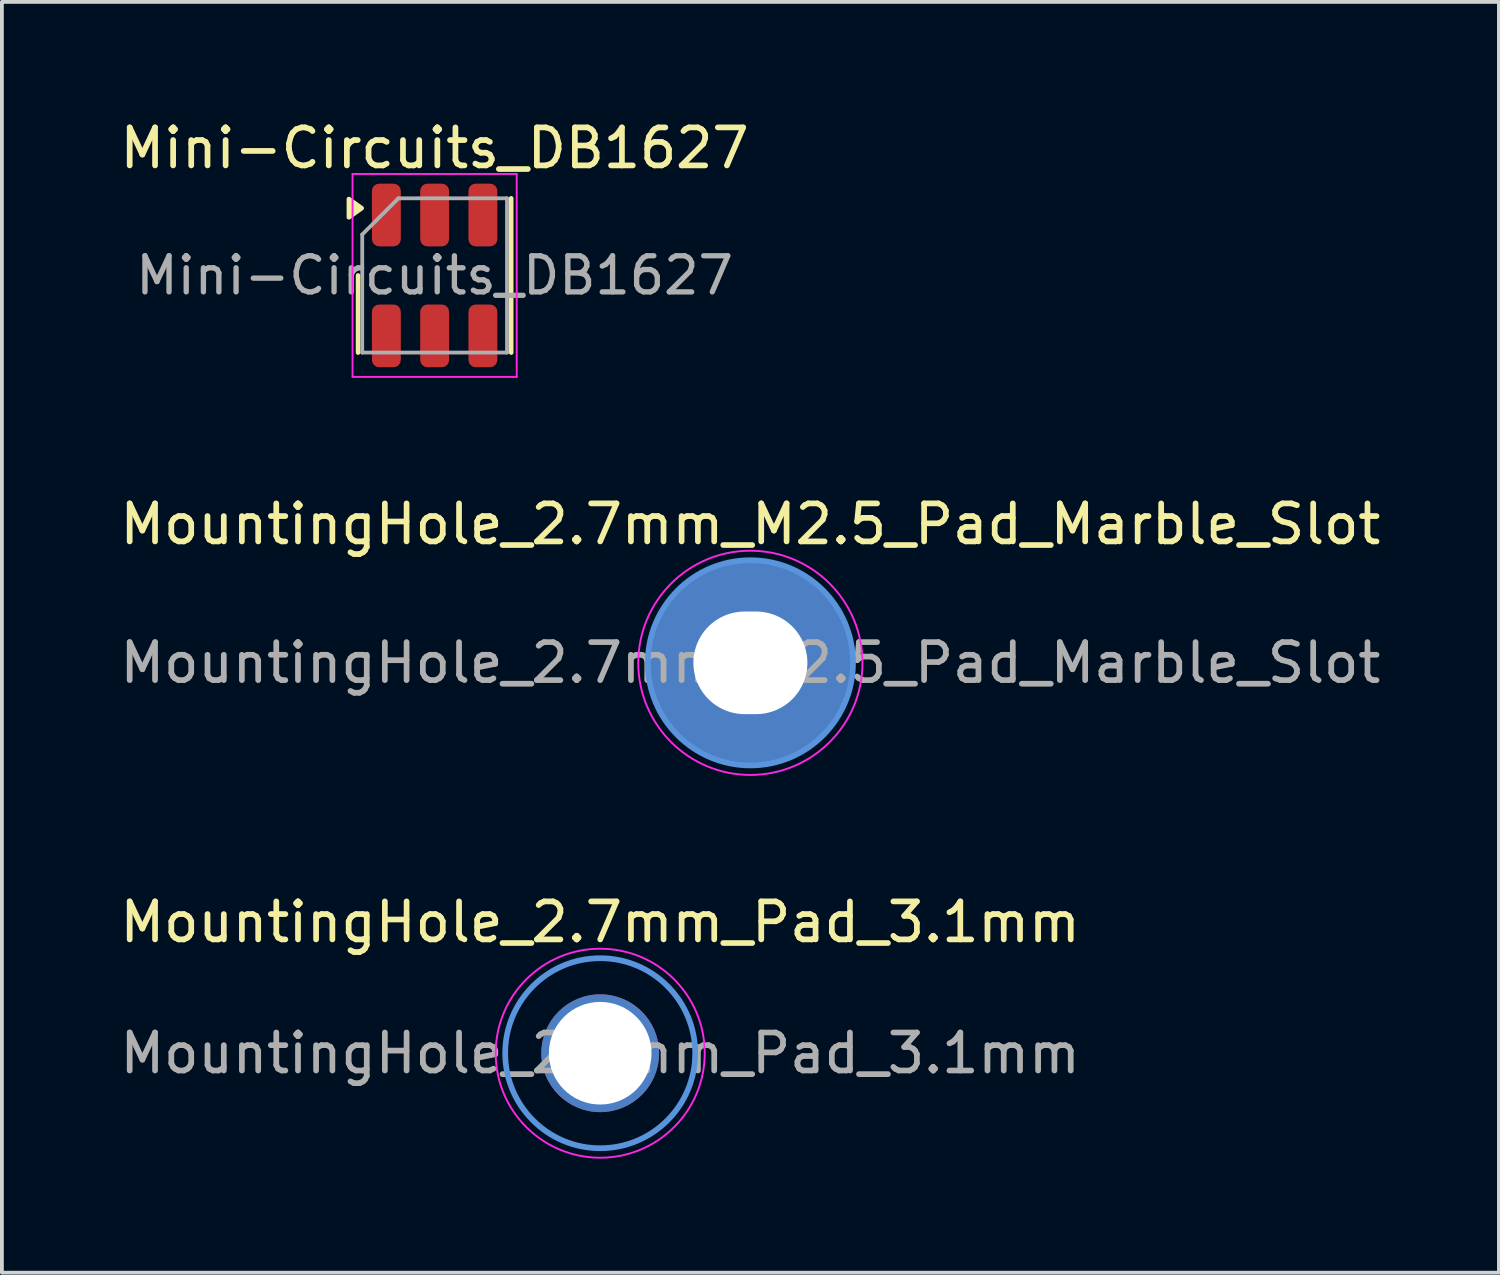
<source format=kicad_pcb>
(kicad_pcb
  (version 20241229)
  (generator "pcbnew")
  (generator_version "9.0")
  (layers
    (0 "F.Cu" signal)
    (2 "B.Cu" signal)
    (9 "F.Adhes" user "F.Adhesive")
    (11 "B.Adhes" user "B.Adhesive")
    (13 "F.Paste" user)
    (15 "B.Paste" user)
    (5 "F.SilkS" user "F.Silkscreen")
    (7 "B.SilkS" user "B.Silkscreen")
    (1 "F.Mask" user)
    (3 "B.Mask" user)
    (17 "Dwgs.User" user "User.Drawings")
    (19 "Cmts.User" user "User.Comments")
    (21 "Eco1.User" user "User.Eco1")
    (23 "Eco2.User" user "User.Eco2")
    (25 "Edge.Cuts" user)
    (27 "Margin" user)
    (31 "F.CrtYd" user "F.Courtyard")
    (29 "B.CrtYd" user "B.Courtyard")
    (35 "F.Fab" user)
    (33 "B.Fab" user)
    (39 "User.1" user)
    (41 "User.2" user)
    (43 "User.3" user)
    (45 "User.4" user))
  (footprint "MountingHole_2.7mm_Pad_3.1mm"
    (layer "F.Cu")
    (at 12.744 24.665)
    (property "Reference" "MountingHole_2.7mm_Pad_3.1mm" (at 0 -3.45 0) (layer "F.SilkS") (effects (font (size 1 1) (thickness 0.15))))
    (attr exclude_from_pos_files exclude_from_bom)
    (fp_circle (center 0 0) (end 2.5 0) (stroke (width 0.15) (type solid)) (fill no) (layer "Cmts.User"))
    (fp_circle (center 0 0) (end 2.75 0) (stroke (width 0.05) (type solid)) (fill no) (layer "F.CrtYd"))
    (fp_text user "${REFERENCE}" (at 0 0 0) (layer "F.Fab") (effects (font (size 1 1) (thickness 0.15))))
    (pad "1" thru_hole circle (at 0 0) (size 3.1 3.1) (drill 2.7) (layers "*.Cu" "*.Mask")))
  (footprint "Mini-Circuits_DB1627"
    (layer "F.Cu")
    (at 8.387 4.198)
    (property "Reference" "Mini-Circuits_DB1627" (at 0 -3.35 0) (layer "F.SilkS") (effects (font (size 1 1) (thickness 0.15))))
    (attr smd)
    (fp_line (start -2.015 0) (end -2.015 2.03) (stroke (width 0.12) (type solid)) (layer "F.SilkS"))
    (fp_line (start 2.015 -2.03) (end 2.015 2.03) (stroke (width 0.12) (type solid)) (layer "F.SilkS"))
    (fp_poly (pts (xy -1.92 -1.77) (xy -2.256 -1.53) (xy -2.256 -2.01) (xy -1.92 -1.77)) (stroke (width 0.12) (type solid)) (fill yes) (layer "F.SilkS"))
    (fp_line (start -2.16 -2.67) (end -2.16 2.67) (stroke (width 0.05) (type solid)) (layer "F.CrtYd"))
    (fp_line (start -2.16 2.67) (end 2.16 2.67) (stroke (width 0.05) (type solid)) (layer "F.CrtYd"))
    (fp_line (start 2.16 -2.67) (end -2.16 -2.67) (stroke (width 0.05) (type solid)) (layer "F.CrtYd"))
    (fp_line (start 2.16 2.67) (end 2.16 -2.67) (stroke (width 0.05) (type solid)) (layer "F.CrtYd"))
    (fp_line (start -1.905 -1.077) (end -0.953 -2.03) (stroke (width 0.1) (type solid)) (layer "F.Fab"))
    (fp_line (start -1.905 2.03) (end -1.905 -1.077) (stroke (width 0.1) (type solid)) (layer "F.Fab"))
    (fp_line (start -0.953 -2.03) (end 1.905 -2.03) (stroke (width 0.1) (type solid)) (layer "F.Fab"))
    (fp_line (start 1.905 -2.03) (end 1.905 2.03) (stroke (width 0.1) (type solid)) (layer "F.Fab"))
    (fp_line (start 1.905 2.03) (end -1.905 2.03) (stroke (width 0.1) (type solid)) (layer "F.Fab"))
    (fp_text user "${REFERENCE}" (at 0 0 0) (layer "F.Fab") (effects (font (size 0.95 0.95) (thickness 0.14))))
    (pad "1" smd roundrect (at -1.27 -1.59) (size 0.76 1.65) (layers "F.Cu" "F.Mask" "F.Paste") (roundrect_rratio 0.25))
    (pad "2" smd roundrect (at 0 -1.59) (size 0.76 1.65) (layers "F.Cu" "F.Mask" "F.Paste") (roundrect_rratio 0.25))
    (pad "3" smd roundrect (at 1.27 -1.59) (size 0.76 1.65) (layers "F.Cu" "F.Mask" "F.Paste") (roundrect_rratio 0.25))
    (pad "4" smd roundrect (at 1.27 1.59) (size 0.76 1.65) (layers "F.Cu" "F.Mask" "F.Paste") (roundrect_rratio 0.25))
    (pad "5" smd roundrect (at 0 1.59) (size 0.76 1.65) (layers "F.Cu" "F.Mask" "F.Paste") (roundrect_rratio 0.25))
    (pad "6" smd roundrect (at -1.27 1.59) (size 0.76 1.65) (layers "F.Cu" "F.Mask" "F.Paste") (roundrect_rratio 0.25)))
  (footprint "MountingHole_2.7mm_M2.5_Pad_Marble_Slot"
    (layer "F.Cu")
    (at 16.696 14.392)
    (property "Reference" "MountingHole_2.7mm_M2.5_Pad_Marble_Slot" (at 0 -3.65 0) (layer "F.SilkS") (effects (font (size 1 1) (thickness 0.15))))
    (attr exclude_from_pos_files exclude_from_bom)
    (fp_circle (center 0 0) (end 2.7 0) (stroke (width 0.15) (type solid)) (fill no) (layer "Cmts.User"))
    (fp_circle (center 0 0) (end 2.95 0) (stroke (width 0.05) (type solid)) (fill no) (layer "F.CrtYd"))
    (fp_text user "${REFERENCE}" (at 0 0 0) (layer "F.Fab") (effects (font (size 1 1) (thickness 0.15))))
    (pad "1" thru_hole circle (at 0 0) (size 5.4 5.4) (drill oval 3 2.7) (layers "*.Cu" "*.Mask")))
  (gr_rect
    (start -3 -3)
    (end 36.393 30.44)
    (stroke (width 0.1) (type default))
    (fill no)
    (layer "Edge.Cuts")))
</source>
